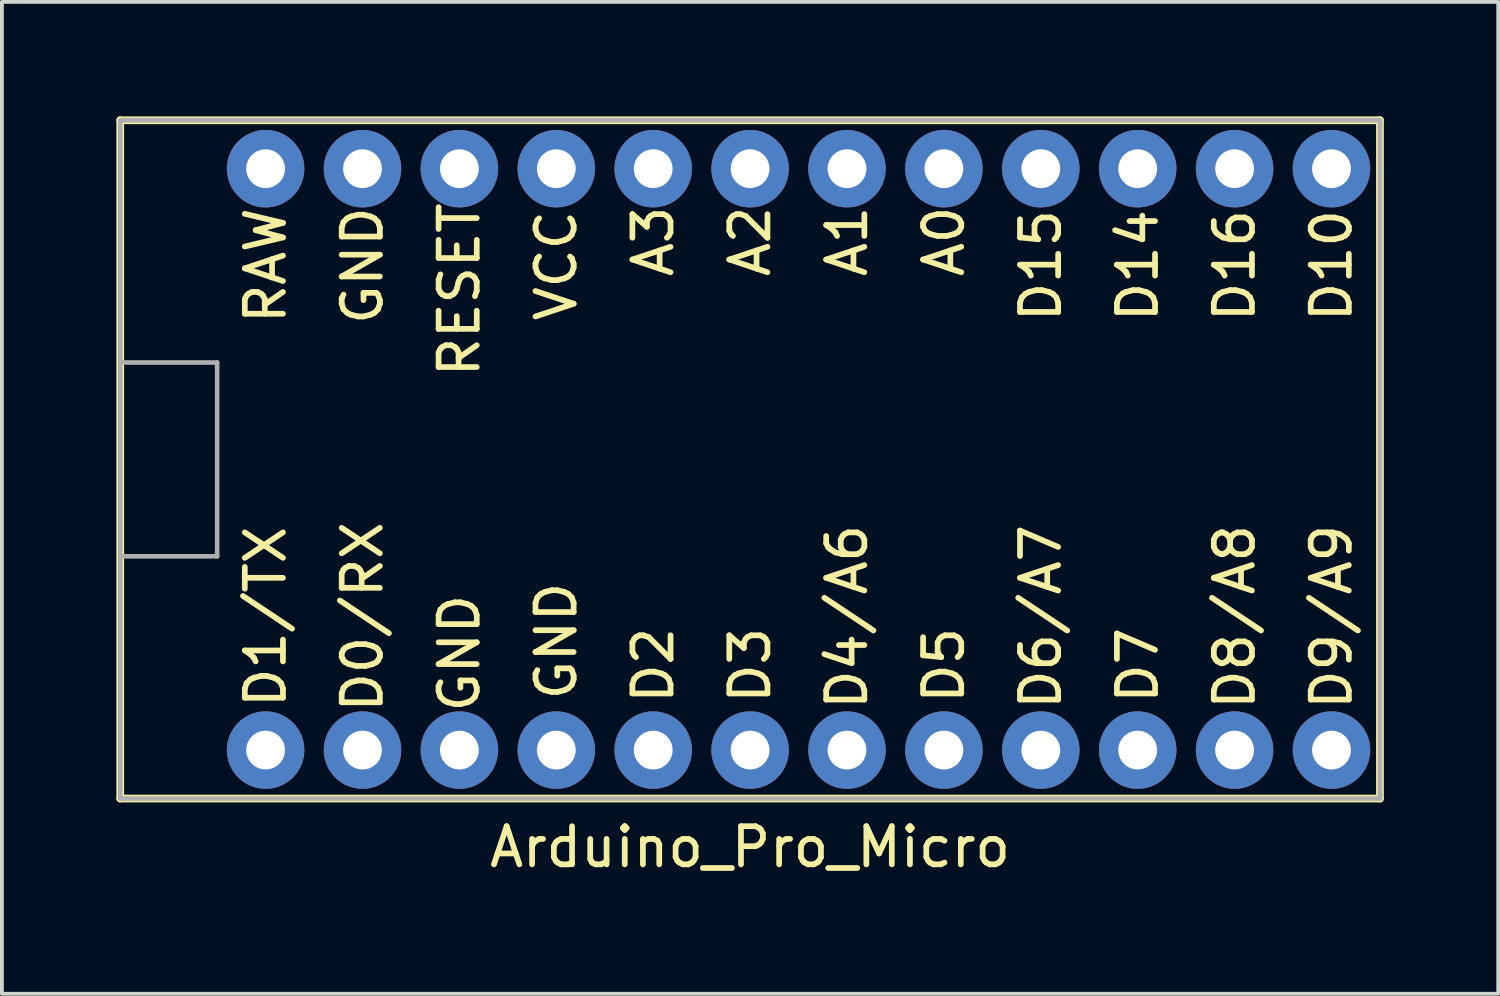
<source format=kicad_pcb>
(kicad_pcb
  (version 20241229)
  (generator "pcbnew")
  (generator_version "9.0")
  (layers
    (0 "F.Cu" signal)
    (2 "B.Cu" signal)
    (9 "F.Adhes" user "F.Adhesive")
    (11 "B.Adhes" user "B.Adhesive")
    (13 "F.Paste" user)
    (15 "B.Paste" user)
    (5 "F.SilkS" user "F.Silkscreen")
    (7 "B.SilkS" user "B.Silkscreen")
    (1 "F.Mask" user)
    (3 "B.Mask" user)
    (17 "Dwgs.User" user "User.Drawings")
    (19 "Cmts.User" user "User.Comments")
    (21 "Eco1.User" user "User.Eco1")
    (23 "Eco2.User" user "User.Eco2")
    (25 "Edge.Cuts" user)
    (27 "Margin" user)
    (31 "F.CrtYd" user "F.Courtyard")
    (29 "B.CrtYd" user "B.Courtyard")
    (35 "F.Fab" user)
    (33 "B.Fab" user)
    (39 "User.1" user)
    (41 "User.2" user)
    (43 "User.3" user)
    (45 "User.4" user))
  (footprint "Arduino_Pro_Micro"
    (layer "F.Cu")
    (at 16.612 8.992)
    (property "Reference" "Arduino_Pro_Micro" (at 0 10.16 0) (layer "F.SilkS") (effects (font (size 1 1) (thickness 0.15))))
    (attr through_hole)
    (fp_line (start -16.51 -8.89) (end -16.51 8.89) (stroke (width 0.203) (type solid)) (layer "F.SilkS"))
    (fp_line (start -16.51 -8.89) (end 16.51 -8.89) (stroke (width 0.203) (type solid)) (layer "F.SilkS"))
    (fp_line (start -16.51 8.89) (end 16.51 8.89) (stroke (width 0.203) (type solid)) (layer "F.SilkS"))
    (fp_line (start 16.51 -8.89) (end 16.51 8.89) (stroke (width 0.203) (type solid)) (layer "F.SilkS"))
    (fp_line (start -16.51 -8.89) (end -16.51 8.89) (stroke (width 0.12) (type solid)) (layer "F.Fab"))
    (fp_line (start -16.51 2.54) (end -13.97 2.54) (stroke (width 0.12) (type solid)) (layer "F.Fab"))
    (fp_line (start -16.51 8.89) (end 16.51 8.89) (stroke (width 0.12) (type solid)) (layer "F.Fab"))
    (fp_line (start -13.97 -2.54) (end -16.51 -2.54) (stroke (width 0.12) (type solid)) (layer "F.Fab"))
    (fp_line (start -13.97 2.54) (end -13.97 -2.54) (stroke (width 0.12) (type solid)) (layer "F.Fab"))
    (fp_line (start 16.51 -8.89) (end -16.51 -8.89) (stroke (width 0.12) (type solid)) (layer "F.Fab"))
    (fp_line (start 16.51 -7.62) (end 16.51 -8.89) (stroke (width 0.12) (type solid)) (layer "F.Fab"))
    (fp_line (start 16.51 8.89) (end 16.51 -7.62) (stroke (width 0.12) (type solid)) (layer "F.Fab"))
    (fp_text user "D8/A8" (at 12.7 4.128 90) (layer "F.SilkS") (effects (font (size 1 1) (thickness 0.15))))
    (fp_text user "D15" (at 7.62 -5.08 90) (layer "F.SilkS") (effects (font (size 1 1) (thickness 0.15))))
    (fp_text user "D3" (at 0 5.397 90) (layer "F.SilkS") (effects (font (size 1 1) (thickness 0.15))))
    (fp_text user "D7" (at 10.16 5.397 90) (layer "F.SilkS") (effects (font (size 1 1) (thickness 0.15))))
    (fp_text user "A3" (at -2.54 -5.715 90) (layer "F.SilkS") (effects (font (size 1 1) (thickness 0.15))))
    (fp_text user "D4/A6" (at 2.54 4.128 90) (layer "F.SilkS") (effects (font (size 1 1) (thickness 0.15))))
    (fp_text user "GND" (at -10.16 -5.08 90) (layer "F.SilkS") (effects (font (size 1 1) (thickness 0.15))))
    (fp_text user "D9/A9" (at 15.24 4.128 90) (layer "F.SilkS") (effects (font (size 1 1) (thickness 0.15))))
    (fp_text user "D16" (at 12.7 -5.08 90) (layer "F.SilkS") (effects (font (size 1 1) (thickness 0.15))))
    (fp_text user "VCC" (at -5.08 -5.08 90) (layer "F.SilkS") (effects (font (size 1 1) (thickness 0.15))))
    (fp_text user "GND" (at -7.62 5.08 90) (layer "F.SilkS") (effects (font (size 1 1) (thickness 0.15))))
    (fp_text user "D2" (at -2.54 5.397 90) (layer "F.SilkS") (effects (font (size 1 1) (thickness 0.15))))
    (fp_text user "RESET" (at -7.62 -4.445 90) (layer "F.SilkS") (effects (font (size 1 1) (thickness 0.15))))
    (fp_text user "D10" (at 15.24 -5.08 90) (layer "F.SilkS") (effects (font (size 1 1) (thickness 0.15))))
    (fp_text user "D1/TX" (at -12.7 4.128 90) (layer "F.SilkS") (effects (font (size 1 1) (thickness 0.15))))
    (fp_text user "A2" (at 0 -5.715 90) (layer "F.SilkS") (effects (font (size 1 1) (thickness 0.15))))
    (fp_text user "RAW" (at -12.7 -5.08 90) (layer "F.SilkS") (effects (font (size 1 1) (thickness 0.15))))
    (fp_text user "D0/RX" (at -10.16 4.128 90) (layer "F.SilkS") (effects (font (size 1 1) (thickness 0.15))))
    (fp_text user "D14" (at 10.16 -5.08 90) (layer "F.SilkS") (effects (font (size 1 1) (thickness 0.15))))
    (fp_text user "A0" (at 5.08 -5.715 90) (layer "F.SilkS") (effects (font (size 1 1) (thickness 0.15))))
    (fp_text user "D5" (at 5.08 5.397 90) (layer "F.SilkS") (effects (font (size 1 1) (thickness 0.15))))
    (fp_text user "A1" (at 2.54 -5.715 90) (layer "F.SilkS") (effects (font (size 1 1) (thickness 0.15))))
    (fp_text user "D6/A7" (at 7.62 4.128 90) (layer "F.SilkS") (effects (font (size 1 1) (thickness 0.15))))
    (fp_text user "GND" (at -5.08 4.763 90) (layer "F.SilkS") (effects (font (size 1 1) (thickness 0.15))))
    (pad "1" thru_hole circle (at -12.7 -7.62) (size 2.032 2.032) (drill 1.016) (layers "*.Cu" "*.Mask"))
    (pad "2" thru_hole circle (at -10.16 -7.62) (size 2.032 2.032) (drill 1.016) (layers "*.Cu" "*.Mask"))
    (pad "3" thru_hole circle (at -7.62 -7.62) (size 2.032 2.032) (drill 1.016) (layers "*.Cu" "*.Mask"))
    (pad "4" thru_hole circle (at -5.08 -7.62) (size 2.032 2.032) (drill 1.016) (layers "*.Cu" "*.Mask"))
    (pad "5" thru_hole circle (at -2.54 -7.62) (size 2.032 2.032) (drill 1.016) (layers "*.Cu" "*.Mask"))
    (pad "6" thru_hole circle (at 0 -7.62) (size 2.032 2.032) (drill 1.016) (layers "*.Cu" "*.Mask"))
    (pad "7" thru_hole circle (at 2.54 -7.62) (size 2.032 2.032) (drill 1.016) (layers "*.Cu" "*.Mask"))
    (pad "8" thru_hole circle (at 5.08 -7.62) (size 2.032 2.032) (drill 1.016) (layers "*.Cu" "*.Mask"))
    (pad "9" thru_hole circle (at 7.62 -7.62) (size 2.032 2.032) (drill 1.016) (layers "*.Cu" "*.Mask"))
    (pad "10" thru_hole circle (at 10.16 -7.62) (size 2.032 2.032) (drill 1.016) (layers "*.Cu" "*.Mask"))
    (pad "11" thru_hole circle (at 12.7 -7.62) (size 2.032 2.032) (drill 1.016) (layers "*.Cu" "*.Mask"))
    (pad "12" thru_hole circle (at 15.24 -7.62) (size 2.032 2.032) (drill 1.016) (layers "*.Cu" "*.Mask"))
    (pad "13" thru_hole circle (at -12.7 7.62) (size 2.032 2.032) (drill 1.016) (layers "*.Cu" "*.Mask"))
    (pad "14" thru_hole circle (at -10.16 7.62) (size 2.032 2.032) (drill 1.016) (layers "*.Cu" "*.Mask"))
    (pad "15" thru_hole circle (at -7.62 7.62) (size 2.032 2.032) (drill 1.016) (layers "*.Cu" "*.Mask"))
    (pad "16" thru_hole circle (at -5.08 7.62) (size 2.032 2.032) (drill 1.016) (layers "*.Cu" "*.Mask"))
    (pad "17" thru_hole circle (at -2.54 7.62) (size 2.032 2.032) (drill 1.016) (layers "*.Cu" "*.Mask"))
    (pad "18" thru_hole circle (at 0 7.62) (size 2.032 2.032) (drill 1.016) (layers "*.Cu" "*.Mask"))
    (pad "19" thru_hole circle (at 2.54 7.62) (size 2.032 2.032) (drill 1.016) (layers "*.Cu" "*.Mask"))
    (pad "20" thru_hole circle (at 5.08 7.62) (size 2.032 2.032) (drill 1.016) (layers "*.Cu" "*.Mask"))
    (pad "21" thru_hole circle (at 7.62 7.62) (size 2.032 2.032) (drill 1.016) (layers "*.Cu" "*.Mask"))
    (pad "22" thru_hole circle (at 10.16 7.62) (size 2.032 2.032) (drill 1.016) (layers "*.Cu" "*.Mask"))
    (pad "23" thru_hole circle (at 12.7 7.62) (size 2.032 2.032) (drill 1.016) (layers "*.Cu" "*.Mask"))
    (pad "24" thru_hole circle (at 15.24 7.62) (size 2.032 2.032) (drill 1.016) (layers "*.Cu" "*.Mask")))
  (gr_rect
    (start -3 -3)
    (end 36.223 23)
    (stroke (width 0.1) (type default))
    (fill no)
    (layer "Edge.Cuts")))
</source>
